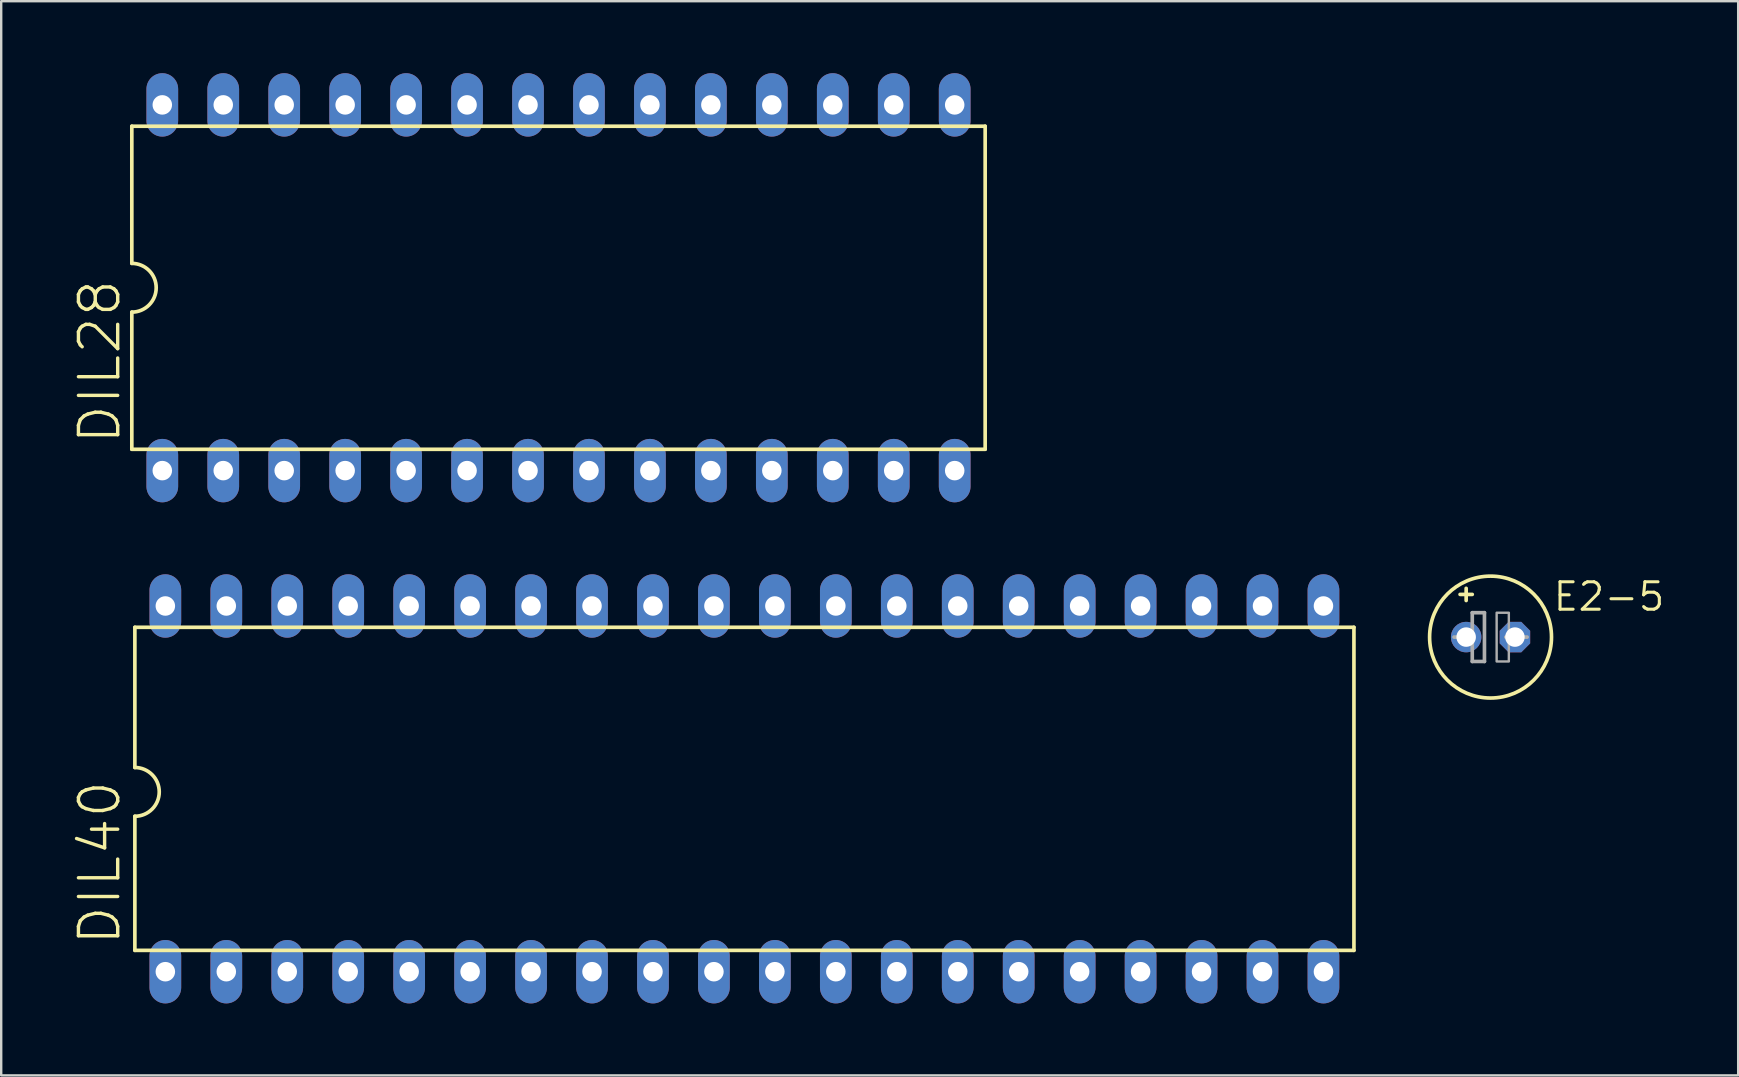
<source format=kicad_pcb>
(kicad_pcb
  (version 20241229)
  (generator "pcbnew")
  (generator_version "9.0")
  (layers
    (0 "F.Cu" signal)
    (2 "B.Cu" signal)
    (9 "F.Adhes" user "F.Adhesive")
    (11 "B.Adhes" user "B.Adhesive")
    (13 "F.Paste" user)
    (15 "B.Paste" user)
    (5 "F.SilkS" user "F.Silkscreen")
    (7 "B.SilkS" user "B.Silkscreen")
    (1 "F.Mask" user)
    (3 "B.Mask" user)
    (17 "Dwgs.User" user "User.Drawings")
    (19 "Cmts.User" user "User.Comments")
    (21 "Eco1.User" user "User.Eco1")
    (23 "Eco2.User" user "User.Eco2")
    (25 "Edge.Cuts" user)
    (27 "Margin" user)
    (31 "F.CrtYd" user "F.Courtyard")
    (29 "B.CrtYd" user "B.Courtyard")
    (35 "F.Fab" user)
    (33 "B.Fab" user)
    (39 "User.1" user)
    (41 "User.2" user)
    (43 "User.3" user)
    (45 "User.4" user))
  (footprint "E2-5"
    (layer "F.Cu")
    (at 59.063 23.498)
    (property "Reference" "E2-5" (at 2.54 -1.016 0) (layer "F.SilkS") (effects (font (size 1.143 1.143) (thickness 0.127)) (justify left bottom)))
    (fp_line (start -1.27 -1.778) (end -0.762 -1.778) (stroke (width 0.152) (type solid)) (layer "F.SilkS"))
    (fp_line (start -1.016 -1.524) (end -1.016 -2.032) (stroke (width 0.152) (type solid)) (layer "F.SilkS"))
    (fp_circle (center 0 0) (end 2.54 0) (stroke (width 0.152) (type solid)) (fill no) (layer "F.SilkS"))
    (fp_line (start -1.524 0) (end -0.762 0) (stroke (width 0.152) (type solid)) (layer "F.Fab"))
    (fp_line (start -0.762 -1.016) (end -0.762 0) (stroke (width 0.152) (type solid)) (layer "F.Fab"))
    (fp_line (start -0.762 0) (end -0.762 1.016) (stroke (width 0.152) (type solid)) (layer "F.Fab"))
    (fp_line (start -0.762 1.016) (end -0.254 1.016) (stroke (width 0.152) (type solid)) (layer "F.Fab"))
    (fp_line (start -0.254 -1.016) (end -0.762 -1.016) (stroke (width 0.152) (type solid)) (layer "F.Fab"))
    (fp_line (start -0.254 1.016) (end -0.254 -1.016) (stroke (width 0.152) (type solid)) (layer "F.Fab"))
    (fp_line (start 0.635 0) (end 1.524 0) (stroke (width 0.152) (type solid)) (layer "F.Fab"))
    (fp_poly (pts (xy 0.254 1.016) (xy 0.762 1.016) (xy 0.762 -1.016) (xy 0.254 -1.016)) (stroke (width 0.1) (type default)) (fill no) (layer "F.Fab"))
    (pad "+" thru_hole circle (at -1.016 0) (size 1.27 1.27) (drill 0.813) (layers "*.Cu" "*.Mask"))
    (pad "-" thru_hole roundrect (at 1.016 0) (size 1.27 1.27) (drill 0.813) (layers "*.Cu" "*.Mask") (roundrect_rratio 0.25) (chamfer_ratio 0.293) (chamfer top_left top_right bottom_left bottom_right)))
  (footprint "DIL28"
    (layer "F.Cu")
    (at 17.683 8.941)
    (property "Reference" "DIL28" (at -15.621 6.604 90) (layer "F.SilkS") (effects (font (size 1.636 1.636) (thickness 0.142)) (justify left bottom)))
    (fp_line (start -15.24 -6.731) (end -15.24 -1.016) (stroke (width 0.152) (type solid)) (layer "F.SilkS"))
    (fp_line (start -15.24 6.731) (end -15.24 1.016) (stroke (width 0.152) (type solid)) (layer "F.SilkS"))
    (fp_line (start -15.24 6.731) (end 20.32 6.731) (stroke (width 0.152) (type solid)) (layer "F.SilkS"))
    (fp_line (start 20.32 -6.731) (end -15.24 -6.731) (stroke (width 0.152) (type solid)) (layer "F.SilkS"))
    (fp_line (start 20.32 -6.731) (end 20.32 6.731) (stroke (width 0.152) (type solid)) (layer "F.SilkS"))
    (fp_arc (start -15.24 -1.016) (mid -14.224 0) (end -15.24 1.016) (stroke (width 0.1524) (type solid)) (layer "F.SilkS"))
    (pad "1" thru_hole oval (at -13.97 7.62 90) (size 2.642 1.321) (drill 0.813) (layers "*.Cu" "*.Mask"))
    (pad "2" thru_hole oval (at -11.43 7.62 90) (size 2.642 1.321) (drill 0.813) (layers "*.Cu" "*.Mask"))
    (pad "3" thru_hole oval (at -8.89 7.62 90) (size 2.642 1.321) (drill 0.813) (layers "*.Cu" "*.Mask"))
    (pad "4" thru_hole oval (at -6.35 7.62 90) (size 2.642 1.321) (drill 0.813) (layers "*.Cu" "*.Mask"))
    (pad "5" thru_hole oval (at -3.81 7.62 90) (size 2.642 1.321) (drill 0.813) (layers "*.Cu" "*.Mask"))
    (pad "6" thru_hole oval (at -1.27 7.62 90) (size 2.642 1.321) (drill 0.813) (layers "*.Cu" "*.Mask"))
    (pad "7" thru_hole oval (at 1.27 7.62 90) (size 2.642 1.321) (drill 0.813) (layers "*.Cu" "*.Mask"))
    (pad "8" thru_hole oval (at 3.81 7.62 90) (size 2.642 1.321) (drill 0.813) (layers "*.Cu" "*.Mask"))
    (pad "9" thru_hole oval (at 6.35 7.62 90) (size 2.642 1.321) (drill 0.813) (layers "*.Cu" "*.Mask"))
    (pad "10" thru_hole oval (at 8.89 7.62 90) (size 2.642 1.321) (drill 0.813) (layers "*.Cu" "*.Mask"))
    (pad "11" thru_hole oval (at 11.43 7.62 90) (size 2.642 1.321) (drill 0.813) (layers "*.Cu" "*.Mask"))
    (pad "12" thru_hole oval (at 13.97 7.62 90) (size 2.642 1.321) (drill 0.813) (layers "*.Cu" "*.Mask"))
    (pad "13" thru_hole oval (at 16.51 7.62 90) (size 2.642 1.321) (drill 0.813) (layers "*.Cu" "*.Mask"))
    (pad "14" thru_hole oval (at 19.05 7.62 90) (size 2.642 1.321) (drill 0.813) (layers "*.Cu" "*.Mask"))
    (pad "15" thru_hole oval (at 19.05 -7.62 90) (size 2.642 1.321) (drill 0.813) (layers "*.Cu" "*.Mask"))
    (pad "16" thru_hole oval (at 16.51 -7.62 90) (size 2.642 1.321) (drill 0.813) (layers "*.Cu" "*.Mask"))
    (pad "17" thru_hole oval (at 13.97 -7.62 90) (size 2.642 1.321) (drill 0.813) (layers "*.Cu" "*.Mask"))
    (pad "18" thru_hole oval (at 11.43 -7.62 90) (size 2.642 1.321) (drill 0.813) (layers "*.Cu" "*.Mask"))
    (pad "19" thru_hole oval (at 8.89 -7.62 90) (size 2.642 1.321) (drill 0.813) (layers "*.Cu" "*.Mask"))
    (pad "20" thru_hole oval (at 6.35 -7.62 90) (size 2.642 1.321) (drill 0.813) (layers "*.Cu" "*.Mask"))
    (pad "21" thru_hole oval (at 3.81 -7.62 90) (size 2.642 1.321) (drill 0.813) (layers "*.Cu" "*.Mask"))
    (pad "22" thru_hole oval (at 1.27 -7.62 90) (size 2.642 1.321) (drill 0.813) (layers "*.Cu" "*.Mask"))
    (pad "23" thru_hole oval (at -1.27 -7.62 90) (size 2.642 1.321) (drill 0.813) (layers "*.Cu" "*.Mask"))
    (pad "24" thru_hole oval (at -3.81 -7.62 90) (size 2.642 1.321) (drill 0.813) (layers "*.Cu" "*.Mask"))
    (pad "25" thru_hole oval (at -6.35 -7.62 90) (size 2.642 1.321) (drill 0.813) (layers "*.Cu" "*.Mask"))
    (pad "26" thru_hole oval (at -8.89 -7.62 90) (size 2.642 1.321) (drill 0.813) (layers "*.Cu" "*.Mask"))
    (pad "27" thru_hole oval (at -11.43 -7.62 90) (size 2.642 1.321) (drill 0.813) (layers "*.Cu" "*.Mask"))
    (pad "28" thru_hole oval (at -13.97 -7.62 90) (size 2.642 1.321) (drill 0.813) (layers "*.Cu" "*.Mask")))
  (footprint "DIL40"
    (layer "F.Cu")
    (at 20.35 29.822)
    (property "Reference" "DIL40" (at -18.288 6.604 90) (layer "F.SilkS") (effects (font (size 1.636 1.636) (thickness 0.142)) (justify left bottom)))
    (fp_line (start -17.78 -6.731) (end -17.78 -0.889) (stroke (width 0.152) (type solid)) (layer "F.SilkS"))
    (fp_line (start -17.78 6.731) (end -17.78 1.143) (stroke (width 0.152) (type solid)) (layer "F.SilkS"))
    (fp_line (start -17.78 6.731) (end 33.02 6.731) (stroke (width 0.152) (type solid)) (layer "F.SilkS"))
    (fp_line (start 33.02 -6.731) (end -17.78 -6.731) (stroke (width 0.152) (type solid)) (layer "F.SilkS"))
    (fp_line (start 33.02 -6.731) (end 33.02 6.731) (stroke (width 0.152) (type solid)) (layer "F.SilkS"))
    (fp_arc (start -17.78 -0.889) (mid -16.764 0.127) (end -17.78 1.143) (stroke (width 0.1524) (type solid)) (layer "F.SilkS"))
    (pad "1" thru_hole oval (at -16.51 7.62 90) (size 2.642 1.321) (drill 0.813) (layers "*.Cu" "*.Mask"))
    (pad "2" thru_hole oval (at -13.97 7.62 90) (size 2.642 1.321) (drill 0.813) (layers "*.Cu" "*.Mask"))
    (pad "3" thru_hole oval (at -11.43 7.62 90) (size 2.642 1.321) (drill 0.813) (layers "*.Cu" "*.Mask"))
    (pad "4" thru_hole oval (at -8.89 7.62 90) (size 2.642 1.321) (drill 0.813) (layers "*.Cu" "*.Mask"))
    (pad "5" thru_hole oval (at -6.35 7.62 90) (size 2.642 1.321) (drill 0.813) (layers "*.Cu" "*.Mask"))
    (pad "6" thru_hole oval (at -3.81 7.62 90) (size 2.642 1.321) (drill 0.813) (layers "*.Cu" "*.Mask"))
    (pad "7" thru_hole oval (at -1.27 7.62 90) (size 2.642 1.321) (drill 0.813) (layers "*.Cu" "*.Mask"))
    (pad "8" thru_hole oval (at 1.27 7.62 90) (size 2.642 1.321) (drill 0.813) (layers "*.Cu" "*.Mask"))
    (pad "9" thru_hole oval (at 3.81 7.62 90) (size 2.642 1.321) (drill 0.813) (layers "*.Cu" "*.Mask"))
    (pad "10" thru_hole oval (at 6.35 7.62 90) (size 2.642 1.321) (drill 0.813) (layers "*.Cu" "*.Mask"))
    (pad "11" thru_hole oval (at 8.89 7.62 90) (size 2.642 1.321) (drill 0.813) (layers "*.Cu" "*.Mask"))
    (pad "12" thru_hole oval (at 11.43 7.62 90) (size 2.642 1.321) (drill 0.813) (layers "*.Cu" "*.Mask"))
    (pad "13" thru_hole oval (at 13.97 7.62 90) (size 2.642 1.321) (drill 0.813) (layers "*.Cu" "*.Mask"))
    (pad "14" thru_hole oval (at 16.51 7.62 90) (size 2.642 1.321) (drill 0.813) (layers "*.Cu" "*.Mask"))
    (pad "15" thru_hole oval (at 19.05 7.62 90) (size 2.642 1.321) (drill 0.813) (layers "*.Cu" "*.Mask"))
    (pad "16" thru_hole oval (at 21.59 7.62 90) (size 2.642 1.321) (drill 0.813) (layers "*.Cu" "*.Mask"))
    (pad "17" thru_hole oval (at 24.13 7.62 90) (size 2.642 1.321) (drill 0.813) (layers "*.Cu" "*.Mask"))
    (pad "18" thru_hole oval (at 26.67 7.62 90) (size 2.642 1.321) (drill 0.813) (layers "*.Cu" "*.Mask"))
    (pad "19" thru_hole oval (at 29.21 7.62 90) (size 2.642 1.321) (drill 0.813) (layers "*.Cu" "*.Mask"))
    (pad "20" thru_hole oval (at 31.75 7.62 90) (size 2.642 1.321) (drill 0.813) (layers "*.Cu" "*.Mask"))
    (pad "21" thru_hole oval (at 31.75 -7.62 90) (size 2.642 1.321) (drill 0.813) (layers "*.Cu" "*.Mask"))
    (pad "22" thru_hole oval (at 29.21 -7.62 90) (size 2.642 1.321) (drill 0.813) (layers "*.Cu" "*.Mask"))
    (pad "23" thru_hole oval (at 26.67 -7.62 90) (size 2.642 1.321) (drill 0.813) (layers "*.Cu" "*.Mask"))
    (pad "24" thru_hole oval (at 24.13 -7.62 90) (size 2.642 1.321) (drill 0.813) (layers "*.Cu" "*.Mask"))
    (pad "25" thru_hole oval (at 21.59 -7.62 90) (size 2.642 1.321) (drill 0.813) (layers "*.Cu" "*.Mask"))
    (pad "26" thru_hole oval (at 19.05 -7.62 90) (size 2.642 1.321) (drill 0.813) (layers "*.Cu" "*.Mask"))
    (pad "27" thru_hole oval (at 16.51 -7.62 90) (size 2.642 1.321) (drill 0.813) (layers "*.Cu" "*.Mask"))
    (pad "28" thru_hole oval (at 13.97 -7.62 90) (size 2.642 1.321) (drill 0.813) (layers "*.Cu" "*.Mask"))
    (pad "29" thru_hole oval (at 11.43 -7.62 90) (size 2.642 1.321) (drill 0.813) (layers "*.Cu" "*.Mask"))
    (pad "30" thru_hole oval (at 8.89 -7.62 90) (size 2.642 1.321) (drill 0.813) (layers "*.Cu" "*.Mask"))
    (pad "31" thru_hole oval (at 6.35 -7.62 90) (size 2.642 1.321) (drill 0.813) (layers "*.Cu" "*.Mask"))
    (pad "32" thru_hole oval (at 3.81 -7.62 90) (size 2.642 1.321) (drill 0.813) (layers "*.Cu" "*.Mask"))
    (pad "33" thru_hole oval (at 1.27 -7.62 90) (size 2.642 1.321) (drill 0.813) (layers "*.Cu" "*.Mask"))
    (pad "34" thru_hole oval (at -1.27 -7.62 90) (size 2.642 1.321) (drill 0.813) (layers "*.Cu" "*.Mask"))
    (pad "35" thru_hole oval (at -3.81 -7.62 90) (size 2.642 1.321) (drill 0.813) (layers "*.Cu" "*.Mask"))
    (pad "36" thru_hole oval (at -6.35 -7.62 90) (size 2.642 1.321) (drill 0.813) (layers "*.Cu" "*.Mask"))
    (pad "37" thru_hole oval (at -8.89 -7.62 90) (size 2.642 1.321) (drill 0.813) (layers "*.Cu" "*.Mask"))
    (pad "38" thru_hole oval (at -11.43 -7.62 90) (size 2.642 1.321) (drill 0.813) (layers "*.Cu" "*.Mask"))
    (pad "39" thru_hole oval (at -13.97 -7.62 90) (size 2.642 1.321) (drill 0.813) (layers "*.Cu" "*.Mask"))
    (pad "40" thru_hole oval (at -16.51 -7.62 90) (size 2.642 1.321) (drill 0.813) (layers "*.Cu" "*.Mask")))
  (gr_rect
    (start -3 -3)
    (end 69.382 41.763)
    (stroke (width 0.1) (type default))
    (fill no)
    (layer "Edge.Cuts")))
</source>
